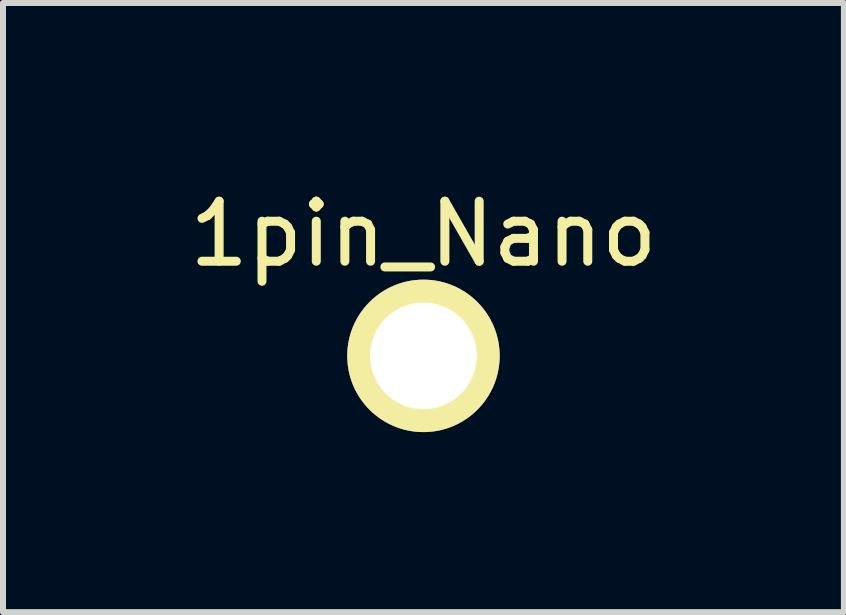
<source format=kicad_pcb>
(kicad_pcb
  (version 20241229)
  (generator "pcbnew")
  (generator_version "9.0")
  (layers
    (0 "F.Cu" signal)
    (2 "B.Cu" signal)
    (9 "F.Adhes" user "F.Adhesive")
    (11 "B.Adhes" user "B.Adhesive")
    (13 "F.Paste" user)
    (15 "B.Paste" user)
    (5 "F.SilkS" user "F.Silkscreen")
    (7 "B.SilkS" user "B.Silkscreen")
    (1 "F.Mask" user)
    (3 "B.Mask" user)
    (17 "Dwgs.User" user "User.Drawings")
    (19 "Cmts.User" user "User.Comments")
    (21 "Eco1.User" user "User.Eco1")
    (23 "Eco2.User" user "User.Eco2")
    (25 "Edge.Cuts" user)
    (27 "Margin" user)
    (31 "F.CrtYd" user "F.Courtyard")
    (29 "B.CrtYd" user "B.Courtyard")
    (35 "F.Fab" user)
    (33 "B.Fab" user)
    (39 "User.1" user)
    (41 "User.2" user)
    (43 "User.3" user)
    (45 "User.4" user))
  (footprint "1pin_Nano"
    (layer "F.Cu")
    (at 4.006 2.88)
    (property "Reference" "1pin_Nano" (at 0 -2.032 0) (layer "F.SilkS") (effects (font (size 1 1) (thickness 0.15))))
    (attr through_hole)
    (pad "1" thru_hole circle (at 0 0) (size 2.54 2.54) (drill 1.778) (layers "*.Cu" "*.Mask" "F.SilkS")))
  (gr_rect
    (start -3 -3)
    (end 11.012 7.15)
    (stroke (width 0.1) (type default))
    (fill no)
    (layer "Edge.Cuts")))
</source>
